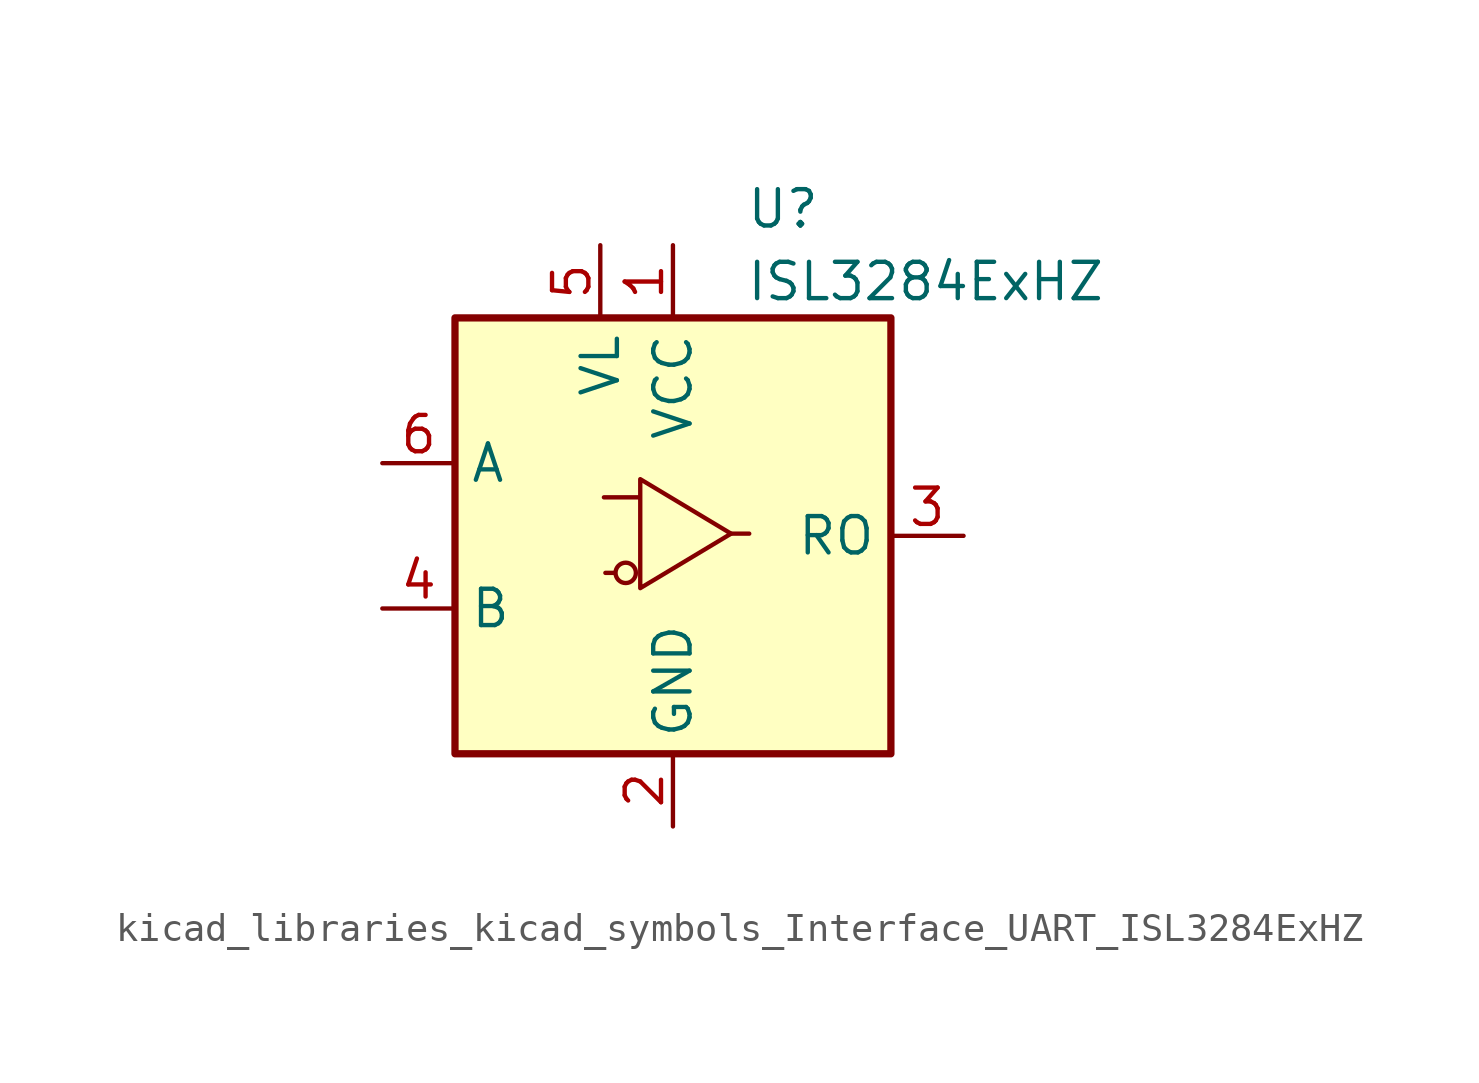
<source format=kicad_sym>
(kicad_symbol_lib
  (version 20220914)
  (generator kicad_symbol_editor)
  (symbol "kicad_libraries_kicad_symbols_Interface_UART_ISL3284ExHZ"
    (property "Reference" "U"
      (at 2.54 11.43 0)
      (effects (font (size 1.27 1.27)) (justify left)))
    (property "Value" "ISL3284ExHZ"
      (at 2.54 8.89 0)
      (effects (font (size 1.27 1.27)) (justify left)))
    (symbol "kicad_libraries_kicad_symbols_Interface_UART_ISL3284ExHZ_0_1"
      (rectangle (start 7.62 7.62) (end -7.62 -7.62) (stroke (width 0.254) (type default)) (fill (type background))))
    (symbol "kicad_libraries_kicad_symbols_Interface_UART_ISL3284ExHZ_1_1"
      (circle (center -1.651 -1.295) (radius 0.356) (stroke (width 0) (type default)) (fill (type none)))
      (polyline (pts (xy -2.057 -1.295) (xy -2.362 -1.295)) (stroke (width 0) (type default)) (fill (type none)))
      (polyline (pts (xy 2.032 0.076) (xy 2.667 0.076)) (stroke (width 0) (type default)) (fill (type none)))
      (polyline (pts (xy -1.143 1.981) (xy -1.143 -1.829) (xy 2.032 0.076) (xy -1.143 1.981) (xy -1.143 1.346) (xy -2.413 1.346)) (stroke (width 0) (type default)) (fill (type none)))
      (pin power_in line (at 0 10.16 270) (length 2.54) (name "VCC" (effects (font (size 1.27 1.27)))) (number "1" (effects (font (size 1.27 1.27)))))
      (pin power_in line (at 0 -10.16 90) (length 2.54) (name "GND" (effects (font (size 1.27 1.27)))) (number "2" (effects (font (size 1.27 1.27)))))
      (pin output line (at 10.16 0 180) (length 2.54) (name "RO" (effects (font (size 1.27 1.27)))) (number "3" (effects (font (size 1.27 1.27)))))
      (pin input line (at -10.16 -2.54 0) (length 2.54) (name "B" (effects (font (size 1.27 1.27)))) (number "4" (effects (font (size 1.27 1.27)))))
      (pin power_in line (at -2.54 10.16 270) (length 2.54) (name "VL" (effects (font (size 1.27 1.27)))) (number "5" (effects (font (size 1.27 1.27)))))
      (pin input line (at -10.16 2.54 0) (length 2.54) (name "A" (effects (font (size 1.27 1.27)))) (number "6" (effects (font (size 1.27 1.27))))))))
</source>
